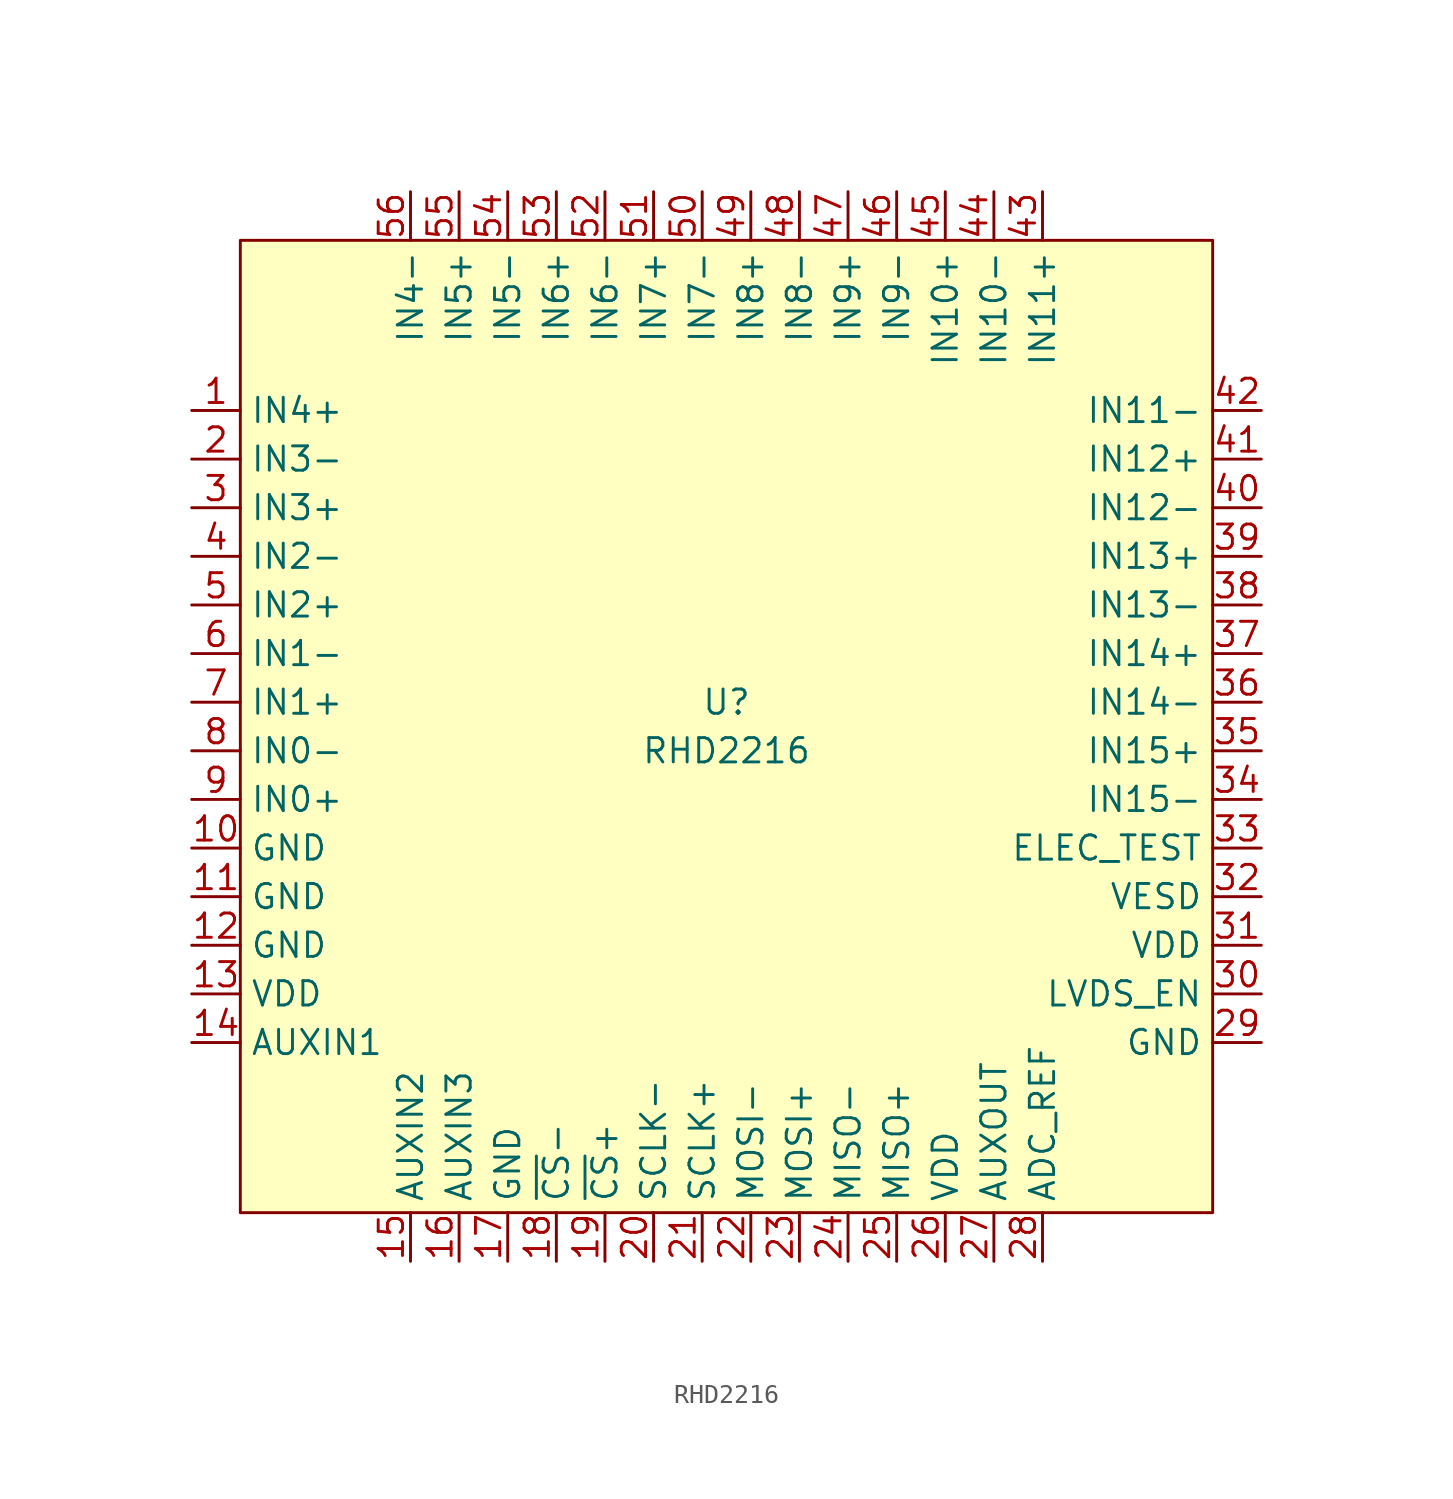
<source format=kicad_sym>
(kicad_symbol_lib
  (version 20220914)
  (generator kicad_symbol_editor)
  (symbol "RHD2216"
    (property "Reference" "U"
      (at 0 1.27 0)
      (do_not_autoplace)
      (effects (font (size 1.27 1.27))))
    (property "Value" "RHD2216"
      (at 0 -1.27 0)
      (do_not_autoplace)
      (effects (font (size 1.27 1.27))))
    (symbol "RHD2216_1_0"
      (pin power_in line (at -27.94 -6.35 0) (length 2.54) (name "GND" (effects (font (size 1.27 1.27)))) (number "10" (effects (font (size 1.27 1.27)))))
      (pin power_in line (at -27.94 -8.89 0) (length 2.54) (name "GND" (effects (font (size 1.27 1.27)))) (number "11" (effects (font (size 1.27 1.27)))))
      (pin power_in line (at -27.94 -11.43 0) (length 2.54) (name "GND" (effects (font (size 1.27 1.27)))) (number "12" (effects (font (size 1.27 1.27)))))
      (pin power_in line (at -27.94 -13.97 0) (length 2.54) (name "VDD" (effects (font (size 1.27 1.27)))) (number "13" (effects (font (size 1.27 1.27)))))
      (pin input line (at -27.94 -16.51 0) (length 2.54) (name "AUXIN1" (effects (font (size 1.27 1.27)))) (number "14" (effects (font (size 1.27 1.27)))))
      (pin input line (at -16.51 -27.94 90) (length 2.54) (name "AUXIN2" (effects (font (size 1.27 1.27)))) (number "15" (effects (font (size 1.27 1.27)))))
      (pin input line (at -13.97 -27.94 90) (length 2.54) (name "AUXIN3" (effects (font (size 1.27 1.27)))) (number "16" (effects (font (size 1.27 1.27)))))
      (pin power_in line (at -11.43 -27.94 90) (length 2.54) (name "GND" (effects (font (size 1.27 1.27)))) (number "17" (effects (font (size 1.27 1.27)))))
      (pin input line (at -8.89 -27.94 90) (length 2.54) (name "~{CS}-" (effects (font (size 1.27 1.27)))) (number "18" (effects (font (size 1.27 1.27)))))
      (pin input line (at -6.35 -27.94 90) (length 2.54) (name "~{CS}+" (effects (font (size 1.27 1.27)))) (number "19" (effects (font (size 1.27 1.27)))))
      (pin input line (at -3.81 -27.94 90) (length 2.54) (name "SCLK-" (effects (font (size 1.27 1.27)))) (number "20" (effects (font (size 1.27 1.27)))))
      (pin input line (at -1.27 -27.94 90) (length 2.54) (name "SCLK+" (effects (font (size 1.27 1.27)))) (number "21" (effects (font (size 1.27 1.27)))))
      (pin input line (at 1.27 -27.94 90) (length 2.54) (name "MOSI-" (effects (font (size 1.27 1.27)))) (number "22" (effects (font (size 1.27 1.27)))))
      (pin input line (at 3.81 -27.94 90) (length 2.54) (name "MOSI+" (effects (font (size 1.27 1.27)))) (number "23" (effects (font (size 1.27 1.27)))))
      (pin output line (at 6.35 -27.94 90) (length 2.54) (name "MISO-" (effects (font (size 1.27 1.27)))) (number "24" (effects (font (size 1.27 1.27)))))
      (pin output line (at 8.89 -27.94 90) (length 2.54) (name "MISO+" (effects (font (size 1.27 1.27)))) (number "25" (effects (font (size 1.27 1.27)))))
      (pin power_in line (at 11.43 -27.94 90) (length 2.54) (name "VDD" (effects (font (size 1.27 1.27)))) (number "26" (effects (font (size 1.27 1.27)))))
      (pin output line (at 13.97 -27.94 90) (length 2.54) (name "AUXOUT" (effects (font (size 1.27 1.27)))) (number "27" (effects (font (size 1.27 1.27)))))
      (pin input line (at 16.51 -27.94 90) (length 2.54) (name "ADC_REF" (effects (font (size 1.27 1.27)))) (number "28" (effects (font (size 1.27 1.27)))))
      (pin power_in line (at 27.94 -16.51 180) (length 2.54) (name "GND" (effects (font (size 1.27 1.27)))) (number "29" (effects (font (size 1.27 1.27)))))
      (pin input line (at -27.94 11.43 0) (length 2.54) (name "IN3+" (effects (font (size 1.27 1.27)))) (number "3" (effects (font (size 1.27 1.27)))))
      (pin input line (at 27.94 -13.97 180) (length 2.54) (name "LVDS_EN" (effects (font (size 1.27 1.27)))) (number "30" (effects (font (size 1.27 1.27)))))
      (pin power_in line (at 27.94 -11.43 180) (length 2.54) (name "VDD" (effects (font (size 1.27 1.27)))) (number "31" (effects (font (size 1.27 1.27)))))
      (pin input line (at 27.94 -8.89 180) (length 2.54) (name "VESD" (effects (font (size 1.27 1.27)))) (number "32" (effects (font (size 1.27 1.27)))))
      (pin input line (at 27.94 -6.35 180) (length 2.54) (name "ELEC_TEST" (effects (font (size 1.27 1.27)))) (number "33" (effects (font (size 1.27 1.27)))))
      (pin input line (at 27.94 -3.81 180) (length 2.54) (name "IN15-" (effects (font (size 1.27 1.27)))) (number "34" (effects (font (size 1.27 1.27)))))
      (pin input line (at 27.94 -1.27 180) (length 2.54) (name "IN15+" (effects (font (size 1.27 1.27)))) (number "35" (effects (font (size 1.27 1.27)))))
      (pin input line (at 27.94 1.27 180) (length 2.54) (name "IN14-" (effects (font (size 1.27 1.27)))) (number "36" (effects (font (size 1.27 1.27)))))
      (pin input line (at 27.94 3.81 180) (length 2.54) (name "IN14+" (effects (font (size 1.27 1.27)))) (number "37" (effects (font (size 1.27 1.27)))))
      (pin input line (at 27.94 6.35 180) (length 2.54) (name "IN13-" (effects (font (size 1.27 1.27)))) (number "38" (effects (font (size 1.27 1.27)))))
      (pin input line (at 27.94 8.89 180) (length 2.54) (name "IN13+" (effects (font (size 1.27 1.27)))) (number "39" (effects (font (size 1.27 1.27)))))
      (pin input line (at -27.94 8.89 0) (length 2.54) (name "IN2-" (effects (font (size 1.27 1.27)))) (number "4" (effects (font (size 1.27 1.27)))))
      (pin input line (at 27.94 11.43 180) (length 2.54) (name "IN12-" (effects (font (size 1.27 1.27)))) (number "40" (effects (font (size 1.27 1.27)))))
      (pin input line (at 27.94 13.97 180) (length 2.54) (name "IN12+" (effects (font (size 1.27 1.27)))) (number "41" (effects (font (size 1.27 1.27)))))
      (pin input line (at 27.94 16.51 180) (length 2.54) (name "IN11-" (effects (font (size 1.27 1.27)))) (number "42" (effects (font (size 1.27 1.27)))))
      (pin input line (at 16.51 27.94 270) (length 2.54) (name "IN11+" (effects (font (size 1.27 1.27)))) (number "43" (effects (font (size 1.27 1.27)))))
      (pin input line (at 13.97 27.94 270) (length 2.54) (name "IN10-" (effects (font (size 1.27 1.27)))) (number "44" (effects (font (size 1.27 1.27)))))
      (pin input line (at 11.43 27.94 270) (length 2.54) (name "IN10+" (effects (font (size 1.27 1.27)))) (number "45" (effects (font (size 1.27 1.27)))))
      (pin input line (at 8.89 27.94 270) (length 2.54) (name "IN9-" (effects (font (size 1.27 1.27)))) (number "46" (effects (font (size 1.27 1.27)))))
      (pin input line (at 6.35 27.94 270) (length 2.54) (name "IN9+" (effects (font (size 1.27 1.27)))) (number "47" (effects (font (size 1.27 1.27)))))
      (pin input line (at 3.81 27.94 270) (length 2.54) (name "IN8-" (effects (font (size 1.27 1.27)))) (number "48" (effects (font (size 1.27 1.27)))))
      (pin input line (at 1.27 27.94 270) (length 2.54) (name "IN8+" (effects (font (size 1.27 1.27)))) (number "49" (effects (font (size 1.27 1.27)))))
      (pin input line (at -27.94 6.35 0) (length 2.54) (name "IN2+" (effects (font (size 1.27 1.27)))) (number "5" (effects (font (size 1.27 1.27)))))
      (pin input line (at -1.27 27.94 270) (length 2.54) (name "IN7-" (effects (font (size 1.27 1.27)))) (number "50" (effects (font (size 1.27 1.27)))))
      (pin input line (at -3.81 27.94 270) (length 2.54) (name "IN7+" (effects (font (size 1.27 1.27)))) (number "51" (effects (font (size 1.27 1.27)))))
      (pin input line (at -6.35 27.94 270) (length 2.54) (name "IN6-" (effects (font (size 1.27 1.27)))) (number "52" (effects (font (size 1.27 1.27)))))
      (pin input line (at -8.89 27.94 270) (length 2.54) (name "IN6+" (effects (font (size 1.27 1.27)))) (number "53" (effects (font (size 1.27 1.27)))))
      (pin input line (at -11.43 27.94 270) (length 2.54) (name "IN5-" (effects (font (size 1.27 1.27)))) (number "54" (effects (font (size 1.27 1.27)))))
      (pin input line (at -13.97 27.94 270) (length 2.54) (name "IN5+" (effects (font (size 1.27 1.27)))) (number "55" (effects (font (size 1.27 1.27)))))
      (pin input line (at -16.51 27.94 270) (length 2.54) (name "IN4-" (effects (font (size 1.27 1.27)))) (number "56" (effects (font (size 1.27 1.27)))))
      (pin input line (at -27.94 3.81 0) (length 2.54) (name "IN1-" (effects (font (size 1.27 1.27)))) (number "6" (effects (font (size 1.27 1.27)))))
      (pin input line (at -27.94 1.27 0) (length 2.54) (name "IN1+" (effects (font (size 1.27 1.27)))) (number "7" (effects (font (size 1.27 1.27)))))
      (pin input line (at -27.94 -1.27 0) (length 2.54) (name "IN0-" (effects (font (size 1.27 1.27)))) (number "8" (effects (font (size 1.27 1.27)))))
      (pin input line (at -27.94 -3.81 0) (length 2.54) (name "IN0+" (effects (font (size 1.27 1.27)))) (number "9" (effects (font (size 1.27 1.27))))))
    (symbol "RHD2216_1_1"
      (rectangle (start -25.4 25.4) (end 25.4 -25.4) (stroke (width 0) (type default)) (fill (type background)))
      (pin input line (at -27.94 16.51 0) (length 2.54) (name "IN4+" (effects (font (size 1.27 1.27)))) (number "1" (effects (font (size 1.27 1.27)))))
      (pin input line (at -27.94 13.97 0) (length 2.54) (name "IN3-" (effects (font (size 1.27 1.27)))) (number "2" (effects (font (size 1.27 1.27))))))))
</source>
